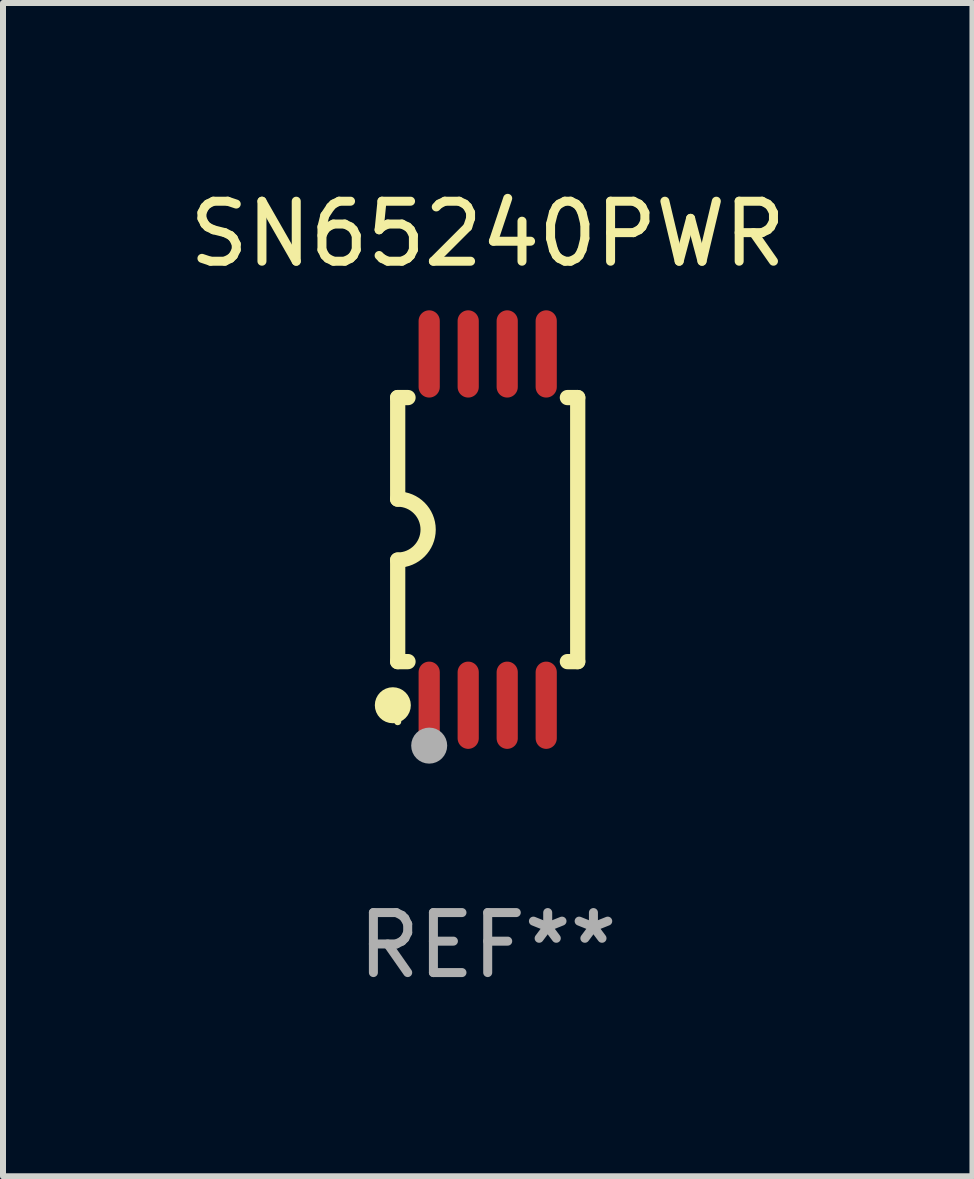
<source format=kicad_pcb>
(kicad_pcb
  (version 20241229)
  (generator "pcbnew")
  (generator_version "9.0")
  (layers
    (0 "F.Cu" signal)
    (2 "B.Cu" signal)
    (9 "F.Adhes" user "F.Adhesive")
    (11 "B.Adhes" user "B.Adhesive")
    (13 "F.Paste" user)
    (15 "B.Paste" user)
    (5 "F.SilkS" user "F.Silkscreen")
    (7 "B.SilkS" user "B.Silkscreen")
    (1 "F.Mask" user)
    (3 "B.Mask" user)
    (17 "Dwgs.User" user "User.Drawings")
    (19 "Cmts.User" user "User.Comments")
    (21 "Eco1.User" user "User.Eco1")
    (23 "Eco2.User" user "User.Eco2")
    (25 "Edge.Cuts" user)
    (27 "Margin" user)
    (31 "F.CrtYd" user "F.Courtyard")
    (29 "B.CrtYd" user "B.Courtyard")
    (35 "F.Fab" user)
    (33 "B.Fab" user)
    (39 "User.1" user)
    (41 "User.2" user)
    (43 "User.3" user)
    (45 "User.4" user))
  (footprint "SN65240PWR"
    (layer "F.Cu")
    (at 5.077 5.775)
    (property "Reference" "SN65240PWR" (at 0 -4.927 0) (layer "F.SilkS") (effects (font (size 1 1) (thickness 0.15))))
    (attr through_hole)
    (fp_line (start -1.5 -2.2) (end -1.5 -0.508) (stroke (width 0.254) (type solid)) (layer "F.SilkS"))
    (fp_line (start -1.5 -2.2) (end -1.328 -2.2) (stroke (width 0.254) (type solid)) (layer "F.SilkS"))
    (fp_line (start -1.5 2.2) (end -1.5 0.508) (stroke (width 0.254) (type solid)) (layer "F.SilkS"))
    (fp_line (start -1.5 2.2) (end -1.328 2.2) (stroke (width 0.254) (type solid)) (layer "F.SilkS"))
    (fp_line (start 1.328 -2.2) (end 1.5 -2.2) (stroke (width 0.254) (type solid)) (layer "F.SilkS"))
    (fp_line (start 1.328 2.2) (end 1.5 2.2) (stroke (width 0.254) (type solid)) (layer "F.SilkS"))
    (fp_line (start 1.5 -2.2) (end 1.5 2.2) (stroke (width 0.254) (type solid)) (layer "F.SilkS"))
    (fp_arc (start -1.501144 -0.508) (mid -0.993143 -0.000571) (end -1.5 0.508001) (stroke (width 0.254001) (type solid)) (layer "F.SilkS"))
    (fp_circle (center -1.581 2.927) (end -1.431 2.927) (stroke (width 0.3) (type solid)) (fill no) (layer "F.SilkS"))
    (fp_circle (center -1.5 3.2) (end -1.47 3.2) (stroke (width 0.06) (type solid)) (fill no) (layer "F.SilkS"))
    (fp_circle (center -0.975 3.6) (end -0.825 3.6) (stroke (width 0.3) (type solid)) (fill no) (layer "F.Fab"))
    (fp_text user "REF**" (at 0 6.927 0) (layer "F.Fab") (effects (font (size 1 1) (thickness 0.15))))
    (pad "1" smd oval (at -0.975 2.927) (size 0.353 1.454) (layers "F.Cu" "F.Mask" "F.Paste"))
    (pad "2" smd oval (at -0.325 2.927) (size 0.353 1.454) (layers "F.Cu" "F.Mask" "F.Paste"))
    (pad "3" smd oval (at 0.325 2.927) (size 0.353 1.454) (layers "F.Cu" "F.Mask" "F.Paste"))
    (pad "4" smd oval (at 0.975 2.927) (size 0.353 1.454) (layers "F.Cu" "F.Mask" "F.Paste"))
    (pad "5" smd oval (at 0.975 -2.927) (size 0.353 1.454) (layers "F.Cu" "F.Mask" "F.Paste"))
    (pad "6" smd oval (at 0.325 -2.927) (size 0.353 1.454) (layers "F.Cu" "F.Mask" "F.Paste"))
    (pad "7" smd oval (at -0.325 -2.927) (size 0.353 1.454) (layers "F.Cu" "F.Mask" "F.Paste"))
    (pad "8" smd oval (at -0.975 -2.927) (size 0.353 1.454) (layers "F.Cu" "F.Mask" "F.Paste")))
  (gr_rect
    (start -3 -3)
    (end 13.155 16.551)
    (stroke (width 0.1) (type default))
    (fill no)
    (layer "Edge.Cuts")))
</source>
